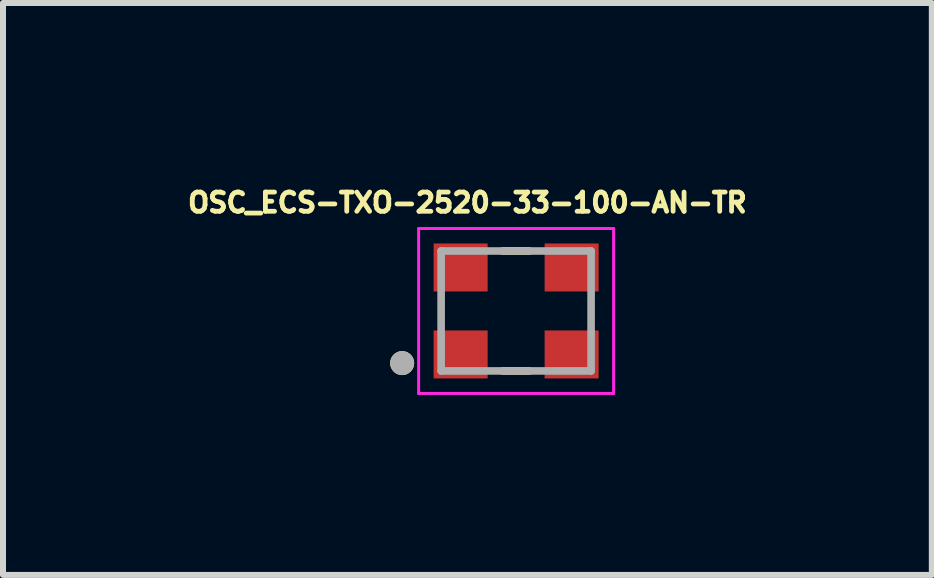
<source format=kicad_pcb>
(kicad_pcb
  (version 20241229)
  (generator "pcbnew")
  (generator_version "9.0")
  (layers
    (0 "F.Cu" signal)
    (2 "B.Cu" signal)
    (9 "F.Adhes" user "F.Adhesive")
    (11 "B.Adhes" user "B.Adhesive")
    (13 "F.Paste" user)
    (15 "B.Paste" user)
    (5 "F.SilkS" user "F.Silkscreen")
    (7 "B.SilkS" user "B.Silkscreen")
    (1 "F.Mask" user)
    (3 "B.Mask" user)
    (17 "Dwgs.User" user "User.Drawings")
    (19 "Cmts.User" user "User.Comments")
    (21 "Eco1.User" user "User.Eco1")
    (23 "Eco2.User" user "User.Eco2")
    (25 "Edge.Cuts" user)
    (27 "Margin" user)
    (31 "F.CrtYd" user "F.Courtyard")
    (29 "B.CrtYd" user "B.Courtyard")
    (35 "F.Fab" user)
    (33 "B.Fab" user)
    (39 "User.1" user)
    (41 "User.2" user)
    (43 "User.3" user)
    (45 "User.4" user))
  (footprint "OSC_ECS-TXO-2520-33-100-AN-TR"
    (layer "F.Cu")
    (at 5.554 2.134)
    (property "Reference" "OSC_ECS-TXO-2520-33-100-AN-TR" (at -0.812 -1.806 0) (layer "F.SilkS") (effects (font (size 0.32 0.32) (thickness 0.15))))
    (attr through_hole)
    (fp_line (start -0.221 -1) (end 0.221 -1) (stroke (width 0.127) (type solid)) (layer "F.SilkS"))
    (fp_line (start -0.221 1) (end 0.221 1) (stroke (width 0.127) (type solid)) (layer "F.SilkS"))
    (fp_circle (center -1.9 0.869) (end -1.8 0.869) (stroke (width 0.2) (type solid)) (fill no) (layer "F.SilkS"))
    (fp_line (start -1.625 -1.375) (end 1.625 -1.375) (stroke (width 0.05) (type solid)) (layer "F.CrtYd"))
    (fp_line (start -1.625 1.375) (end -1.625 -1.375) (stroke (width 0.05) (type solid)) (layer "F.CrtYd"))
    (fp_line (start 1.625 -1.375) (end 1.625 1.375) (stroke (width 0.05) (type solid)) (layer "F.CrtYd"))
    (fp_line (start 1.625 1.375) (end -1.625 1.375) (stroke (width 0.05) (type solid)) (layer "F.CrtYd"))
    (fp_line (start -1.25 -1) (end 1.25 -1) (stroke (width 0.127) (type solid)) (layer "F.Fab"))
    (fp_line (start -1.25 1) (end -1.25 -1) (stroke (width 0.127) (type solid)) (layer "F.Fab"))
    (fp_line (start 1.25 -1) (end 1.25 1) (stroke (width 0.127) (type solid)) (layer "F.Fab"))
    (fp_line (start 1.25 1) (end -1.25 1) (stroke (width 0.127) (type solid)) (layer "F.Fab"))
    (fp_circle (center -1.9 0.869) (end -1.8 0.869) (stroke (width 0.2) (type solid)) (fill no) (layer "F.Fab"))
    (pad "1" smd rect (at -0.925 0.725 180) (size 0.9 0.8) (layers "F.Cu" "F.Mask" "F.Paste"))
    (pad "2" smd rect (at 0.925 0.725 180) (size 0.9 0.8) (layers "F.Cu" "F.Mask" "F.Paste"))
    (pad "3" smd rect (at 0.925 -0.725 180) (size 0.9 0.8) (layers "F.Cu" "F.Mask" "F.Paste"))
    (pad "4" smd rect (at -0.925 -0.725 180) (size 0.9 0.8) (layers "F.Cu" "F.Mask" "F.Paste")))
  (gr_rect
    (start -3 -3)
    (end 12.484 6.534)
    (stroke (width 0.1) (type default))
    (fill no)
    (layer "Edge.Cuts")))
</source>
